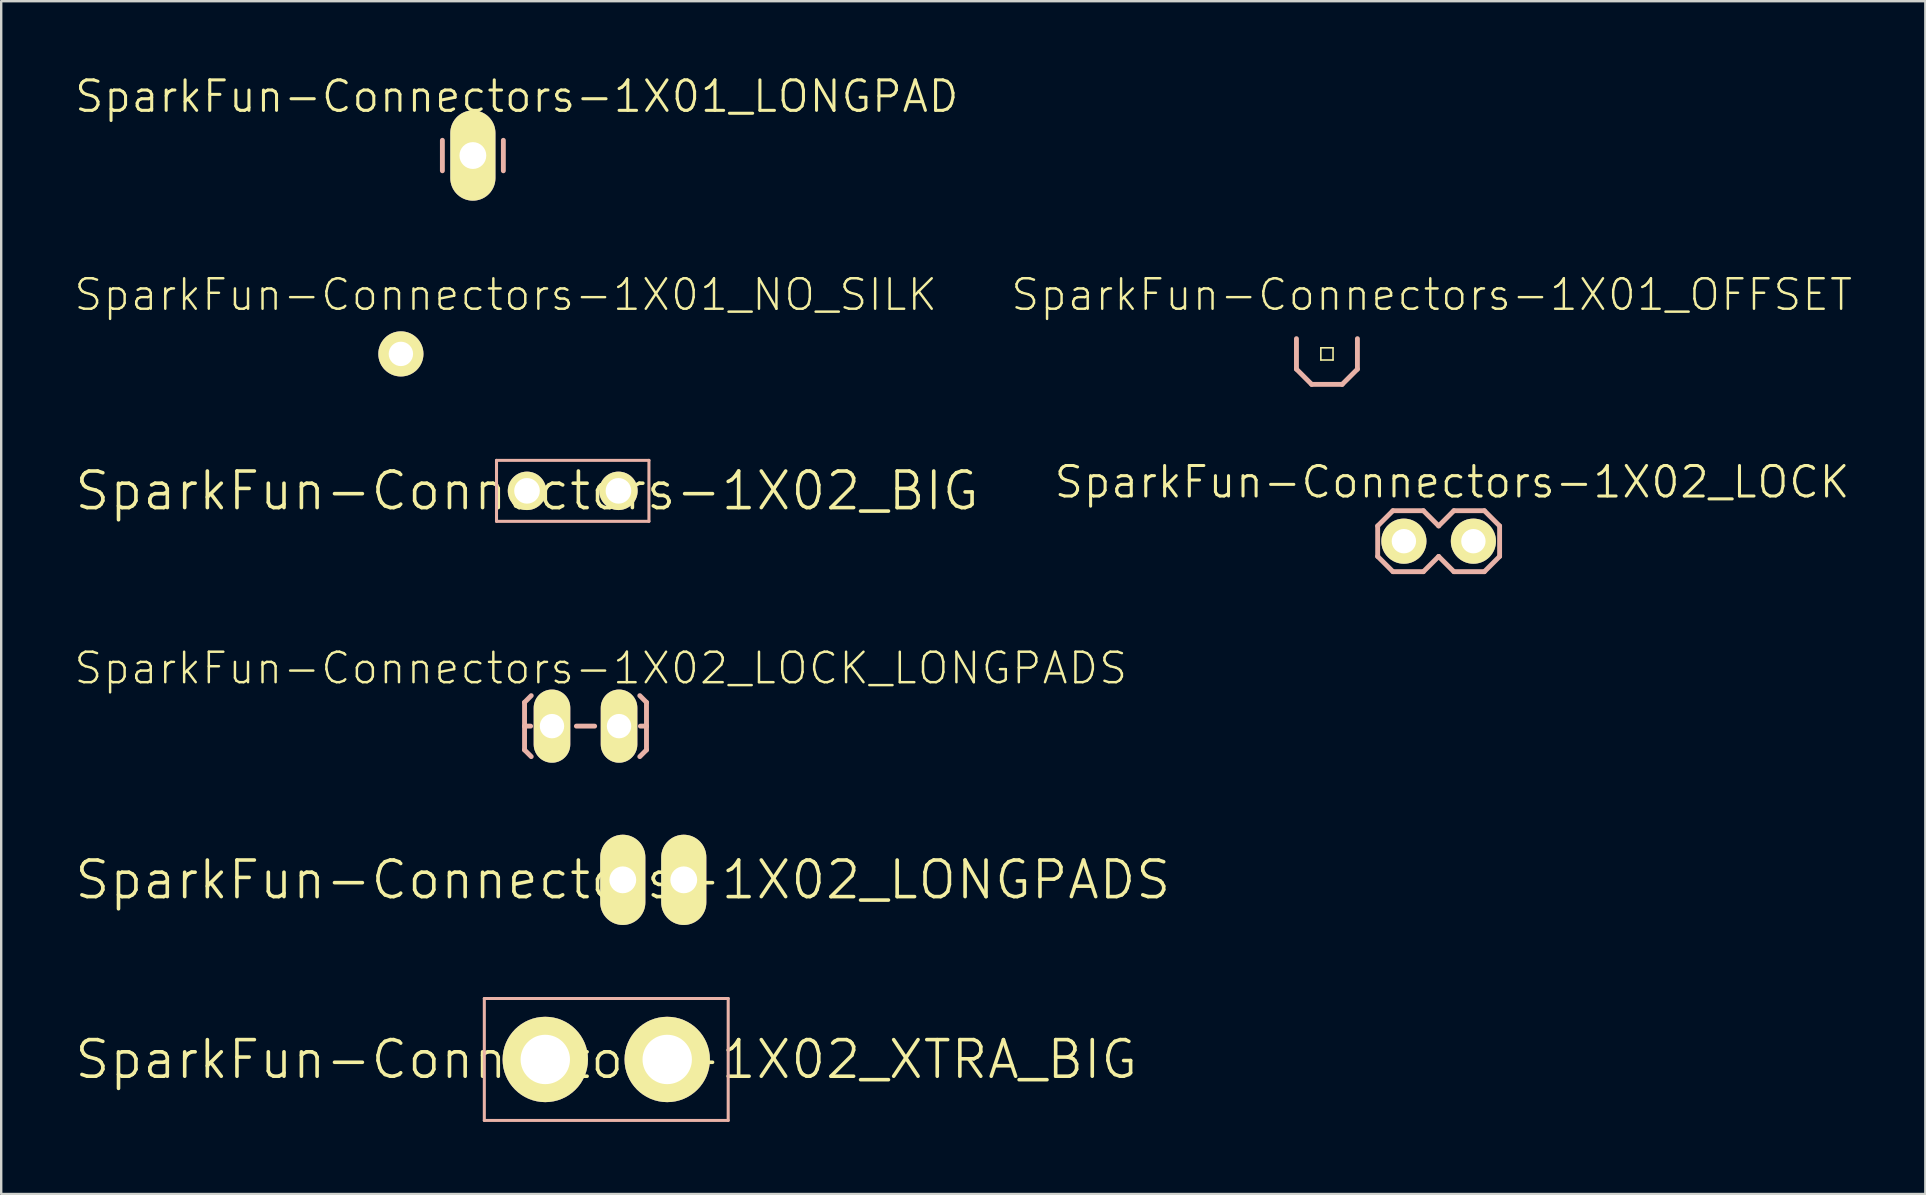
<source format=kicad_pcb>
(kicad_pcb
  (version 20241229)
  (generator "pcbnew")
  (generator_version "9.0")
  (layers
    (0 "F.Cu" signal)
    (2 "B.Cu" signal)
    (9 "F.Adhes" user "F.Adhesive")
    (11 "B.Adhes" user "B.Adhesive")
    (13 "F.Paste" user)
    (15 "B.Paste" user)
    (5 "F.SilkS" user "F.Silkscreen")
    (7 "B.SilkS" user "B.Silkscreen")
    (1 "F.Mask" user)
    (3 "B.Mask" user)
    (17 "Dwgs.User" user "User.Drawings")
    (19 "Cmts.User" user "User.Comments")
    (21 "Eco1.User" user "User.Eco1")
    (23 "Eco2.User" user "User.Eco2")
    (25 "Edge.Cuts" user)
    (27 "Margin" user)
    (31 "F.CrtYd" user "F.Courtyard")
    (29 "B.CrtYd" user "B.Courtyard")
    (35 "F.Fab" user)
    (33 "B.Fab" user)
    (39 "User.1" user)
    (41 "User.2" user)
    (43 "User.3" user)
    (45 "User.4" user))
  (footprint "SparkFun-Connectors-1X02_LONGPADS"
    (layer "F.Cu")
    (at 22.896 33.605)
    (property "Reference" "SparkFun-Connectors-1X02_LONGPADS" (at 0 0 0) (layer "F.SilkS") (effects (font (size 1.524 1.524) (thickness 0.15))))
    (attr exclude_from_pos_files exclude_from_bom)
    (pad "1" thru_hole oval (at 0 0 180) (size 1.88 3.759) (drill 1.118) (layers "*.Cu" "F.Mask" "F.SilkS" "F.Paste"))
    (pad "2" thru_hole oval (at 2.54 0 180) (size 1.88 3.759) (drill 1.118) (layers "*.Cu" "F.Mask" "F.SilkS" "F.Paste")))
  (footprint "SparkFun-Connectors-1X02_XTRA_BIG"
    (layer "F.Cu")
    (at 22.207 41.088)
    (property "Reference" "SparkFun-Connectors-1X02_XTRA_BIG" (at 0 0 0) (layer "F.SilkS") (effects (font (size 1.524 1.524) (thickness 0.15))))
    (attr exclude_from_pos_files exclude_from_bom)
    (fp_line (start -5.08 -2.54) (end -5.08 2.54) (stroke (width 0.127) (type solid)) (layer "B.SilkS"))
    (fp_line (start -5.08 2.54) (end 5.08 2.54) (stroke (width 0.127) (type solid)) (layer "B.SilkS"))
    (fp_line (start 5.08 -2.54) (end -5.08 -2.54) (stroke (width 0.127) (type solid)) (layer "B.SilkS"))
    (fp_line (start 5.08 2.54) (end 5.08 -2.54) (stroke (width 0.127) (type solid)) (layer "B.SilkS"))
    (pad "1" thru_hole circle (at -2.54 0) (size 3.556 3.556) (drill 2.057) (layers "*.Cu" "F.Mask" "F.SilkS" "F.Paste"))
    (pad "2" thru_hole circle (at 2.54 0) (size 3.556 3.556) (drill 2.057) (layers "*.Cu" "F.Mask" "F.SilkS" "F.Paste")))
  (footprint "SparkFun-Connectors-1X01_NO_SILK"
    (layer "F.Cu")
    (at 13.651 11.694)
    (property "Reference" "SparkFun-Connectors-1X01_NO_SILK" (at 4.366 -2.464 0) (layer "F.SilkS") (effects (font (size 1.27 1.27) (thickness 0.102))))
    (attr exclude_from_pos_files exclude_from_bom)
    (fp_line (start -0.254 -0.254) (end 0.254 -0.254) (stroke (width 0.066) (type solid)) (layer "F.SilkS"))
    (fp_line (start -0.254 0.254) (end -0.254 -0.254) (stroke (width 0.066) (type solid)) (layer "F.SilkS"))
    (fp_line (start -0.254 0.254) (end 0.254 0.254) (stroke (width 0.066) (type solid)) (layer "F.SilkS"))
    (fp_line (start 0.254 0.254) (end 0.254 -0.254) (stroke (width 0.066) (type solid)) (layer "F.SilkS"))
    (pad "1" thru_hole circle (at 0 0) (size 1.88 1.88) (drill 1.016) (layers "*.Cu" "F.Mask" "F.SilkS" "F.Paste")))
  (footprint "SparkFun-Connectors-1X02_BIG"
    (layer "F.Cu")
    (at 18.905 17.399)
    (property "Reference" "SparkFun-Connectors-1X02_BIG" (at 0 0 0) (layer "F.SilkS") (effects (font (size 1.524 1.524) (thickness 0.15))))
    (attr exclude_from_pos_files exclude_from_bom)
    (fp_line (start -1.27 -1.27) (end -1.27 1.27) (stroke (width 0.127) (type solid)) (layer "B.SilkS"))
    (fp_line (start -1.27 1.27) (end 5.08 1.27) (stroke (width 0.127) (type solid)) (layer "B.SilkS"))
    (fp_line (start 5.08 -1.27) (end -1.27 -1.27) (stroke (width 0.127) (type solid)) (layer "B.SilkS"))
    (fp_line (start 5.08 1.27) (end 5.08 -1.27) (stroke (width 0.127) (type solid)) (layer "B.SilkS"))
    (pad "P$1" thru_hole circle (at 0 0) (size 1.6 1.6) (drill 1.067) (layers "*.Cu" "F.Mask" "F.SilkS" "F.Paste"))
    (pad "P$2" thru_hole circle (at 3.81 0) (size 1.6 1.6) (drill 1.067) (layers "*.Cu" "F.Mask" "F.SilkS" "F.Paste")))
  (footprint "SparkFun-Connectors-1X02_LOCK_LONGPADS"
    (layer "F.Cu")
    (at 20.073 27.201)
    (property "Reference" "SparkFun-Connectors-1X02_LOCK_LONGPADS" (at 1.905 -2.413 0) (layer "F.SilkS") (effects (font (size 1.27 1.27) (thickness 0.102))))
    (attr exclude_from_pos_files exclude_from_bom)
    (fp_line (start -0.292 -0.292) (end 0.292 -0.292) (stroke (width 0.066) (type solid)) (layer "F.SilkS"))
    (fp_line (start -0.292 0.292) (end -0.292 -0.292) (stroke (width 0.066) (type solid)) (layer "F.SilkS"))
    (fp_line (start -0.292 0.292) (end 0.292 0.292) (stroke (width 0.066) (type solid)) (layer "F.SilkS"))
    (fp_line (start 0.292 0.292) (end 0.292 -0.292) (stroke (width 0.066) (type solid)) (layer "F.SilkS"))
    (fp_line (start 2.248 -0.292) (end 2.832 -0.292) (stroke (width 0.066) (type solid)) (layer "F.SilkS"))
    (fp_line (start 2.248 0.292) (end 2.248 -0.292) (stroke (width 0.066) (type solid)) (layer "F.SilkS"))
    (fp_line (start 2.248 0.292) (end 2.832 0.292) (stroke (width 0.066) (type solid)) (layer "F.SilkS"))
    (fp_line (start 2.832 0.292) (end 2.832 -0.292) (stroke (width 0.066) (type solid)) (layer "F.SilkS"))
    (fp_line (start -1.27 -0.991) (end -0.991 -1.27) (stroke (width 0.203) (type solid)) (layer "B.SilkS"))
    (fp_line (start -1.27 0) (end -1.27 -0.991) (stroke (width 0.203) (type solid)) (layer "B.SilkS"))
    (fp_line (start -1.27 0) (end -1.27 0.991) (stroke (width 0.203) (type solid)) (layer "B.SilkS"))
    (fp_line (start -1.27 0) (end -1.016 0) (stroke (width 0.203) (type solid)) (layer "B.SilkS"))
    (fp_line (start -1.27 0.991) (end -0.991 1.27) (stroke (width 0.203) (type solid)) (layer "B.SilkS"))
    (fp_line (start 1.651 0) (end 0.889 0) (stroke (width 0.203) (type solid)) (layer "B.SilkS"))
    (fp_line (start 3.81 -0.991) (end 3.531 -1.27) (stroke (width 0.203) (type solid)) (layer "B.SilkS"))
    (fp_line (start 3.81 0) (end 3.556 0) (stroke (width 0.203) (type solid)) (layer "B.SilkS"))
    (fp_line (start 3.81 0) (end 3.81 -0.991) (stroke (width 0.203) (type solid)) (layer "B.SilkS"))
    (fp_line (start 3.81 0) (end 3.81 0.991) (stroke (width 0.203) (type solid)) (layer "B.SilkS"))
    (fp_line (start 3.81 0.991) (end 3.531 1.27) (stroke (width 0.203) (type solid)) (layer "B.SilkS"))
    (pad "1" thru_hole oval (at -0.127 0 180) (size 1.524 3.048) (drill 1.016) (layers "*.Cu" "F.Mask" "F.SilkS" "F.Paste"))
    (pad "2" thru_hole oval (at 2.667 0 180) (size 1.524 3.048) (drill 1.016) (layers "*.Cu" "F.Mask" "F.SilkS" "F.Paste")))
  (footprint "SparkFun-Connectors-1X02_LOCK"
    (layer "F.Cu")
    (at 55.615 19.496)
    (property "Reference" "SparkFun-Connectors-1X02_LOCK" (at 1.829 -2.464 0) (layer "F.SilkS") (effects (font (size 1.27 1.27) (thickness 0.127))))
    (attr exclude_from_pos_files exclude_from_bom)
    (fp_line (start -0.292 -0.292) (end 0.292 -0.292) (stroke (width 0.066) (type solid)) (layer "F.SilkS"))
    (fp_line (start -0.292 0.292) (end -0.292 -0.292) (stroke (width 0.066) (type solid)) (layer "F.SilkS"))
    (fp_line (start -0.292 0.292) (end 0.292 0.292) (stroke (width 0.066) (type solid)) (layer "F.SilkS"))
    (fp_line (start 0.292 0.292) (end 0.292 -0.292) (stroke (width 0.066) (type solid)) (layer "F.SilkS"))
    (fp_line (start 2.248 -0.292) (end 2.832 -0.292) (stroke (width 0.066) (type solid)) (layer "F.SilkS"))
    (fp_line (start 2.248 0.292) (end 2.248 -0.292) (stroke (width 0.066) (type solid)) (layer "F.SilkS"))
    (fp_line (start 2.248 0.292) (end 2.832 0.292) (stroke (width 0.066) (type solid)) (layer "F.SilkS"))
    (fp_line (start 2.832 0.292) (end 2.832 -0.292) (stroke (width 0.066) (type solid)) (layer "F.SilkS"))
    (fp_line (start -1.27 -0.635) (end -1.27 0.635) (stroke (width 0.203) (type solid)) (layer "B.SilkS"))
    (fp_line (start -1.27 0.635) (end -0.635 1.27) (stroke (width 0.203) (type solid)) (layer "B.SilkS"))
    (fp_line (start -0.635 -1.27) (end -1.27 -0.635) (stroke (width 0.203) (type solid)) (layer "B.SilkS"))
    (fp_line (start -0.635 -1.27) (end 0.635 -1.27) (stroke (width 0.203) (type solid)) (layer "B.SilkS"))
    (fp_line (start 0.635 -1.27) (end 1.27 -0.635) (stroke (width 0.203) (type solid)) (layer "B.SilkS"))
    (fp_line (start 0.635 1.27) (end -0.635 1.27) (stroke (width 0.203) (type solid)) (layer "B.SilkS"))
    (fp_line (start 1.27 -0.635) (end 1.905 -1.27) (stroke (width 0.203) (type solid)) (layer "B.SilkS"))
    (fp_line (start 1.27 0.635) (end 0.635 1.27) (stroke (width 0.203) (type solid)) (layer "B.SilkS"))
    (fp_line (start 1.905 -1.27) (end 3.175 -1.27) (stroke (width 0.203) (type solid)) (layer "B.SilkS"))
    (fp_line (start 1.905 1.27) (end 1.27 0.635) (stroke (width 0.203) (type solid)) (layer "B.SilkS"))
    (fp_line (start 3.175 -1.27) (end 3.81 -0.635) (stroke (width 0.203) (type solid)) (layer "B.SilkS"))
    (fp_line (start 3.175 1.27) (end 1.905 1.27) (stroke (width 0.203) (type solid)) (layer "B.SilkS"))
    (fp_line (start 3.81 -0.635) (end 3.81 0.635) (stroke (width 0.203) (type solid)) (layer "B.SilkS"))
    (fp_line (start 3.81 0.635) (end 3.175 1.27) (stroke (width 0.203) (type solid)) (layer "B.SilkS"))
    (pad "1" thru_hole circle (at -0.178 0) (size 1.88 1.88) (drill 1.016) (layers "*.Cu" "F.Mask" "F.SilkS" "F.Paste"))
    (pad "2" thru_hole circle (at 2.718 0) (size 1.88 1.88) (drill 1.016) (layers "*.Cu" "F.Mask" "F.SilkS" "F.Paste")))
  (footprint "SparkFun-Connectors-1X01_LONGPAD"
    (layer "F.Cu")
    (at 16.65 3.43)
    (property "Reference" "SparkFun-Connectors-1X01_LONGPAD" (at 1.829 -2.464 0) (layer "F.SilkS") (effects (font (size 1.27 1.27) (thickness 0.127))))
    (attr exclude_from_pos_files exclude_from_bom)
    (fp_line (start -0.254 -0.254) (end 0.254 -0.254) (stroke (width 0.066) (type solid)) (layer "F.SilkS"))
    (fp_line (start -0.254 0.254) (end -0.254 -0.254) (stroke (width 0.066) (type solid)) (layer "F.SilkS"))
    (fp_line (start -0.254 0.254) (end 0.254 0.254) (stroke (width 0.066) (type solid)) (layer "F.SilkS"))
    (fp_line (start 0.254 0.254) (end 0.254 -0.254) (stroke (width 0.066) (type solid)) (layer "F.SilkS"))
    (fp_line (start -1.27 -0.635) (end -1.27 0.635) (stroke (width 0.203) (type solid)) (layer "B.SilkS"))
    (fp_line (start 1.27 -0.635) (end 1.27 0.635) (stroke (width 0.203) (type solid)) (layer "B.SilkS"))
    (pad "1" thru_hole oval (at 0 0 180) (size 1.88 3.759) (drill 1.118) (layers "*.Cu" "F.Mask" "F.SilkS" "F.Paste")))
  (footprint "SparkFun-Connectors-1X01_OFFSET"
    (layer "F.Cu")
    (at 52.231 11.694)
    (property "Reference" "SparkFun-Connectors-1X01_OFFSET" (at 4.366 -2.464 0) (layer "F.SilkS") (effects (font (size 1.27 1.27) (thickness 0.102))))
    (attr exclude_from_pos_files exclude_from_bom)
    (fp_line (start -0.254 -0.254) (end 0.254 -0.254) (stroke (width 0.066) (type solid)) (layer "F.SilkS"))
    (fp_line (start -0.254 0.254) (end -0.254 -0.254) (stroke (width 0.066) (type solid)) (layer "F.SilkS"))
    (fp_line (start -0.254 0.254) (end 0.254 0.254) (stroke (width 0.066) (type solid)) (layer "F.SilkS"))
    (fp_line (start 0.254 0.254) (end 0.254 -0.254) (stroke (width 0.066) (type solid)) (layer "F.SilkS"))
    (fp_line (start -1.27 -0.635) (end -1.27 0.635) (stroke (width 0.203) (type solid)) (layer "B.SilkS"))
    (fp_line (start -1.27 0.635) (end -0.635 1.27) (stroke (width 0.203) (type solid)) (layer "B.SilkS"))
    (fp_line (start -0.635 1.27) (end 0.635 1.27) (stroke (width 0.203) (type solid)) (layer "B.SilkS"))
    (fp_line (start 0.635 1.27) (end 1.27 0.635) (stroke (width 0.203) (type solid)) (layer "B.SilkS"))
    (fp_line (start 1.27 0.635) (end 1.27 -0.635) (stroke (width 0.203) (type solid)) (layer "B.SilkS"))
    (pad "1" thru_hole rect (at 0 0) (size 0.001 0.001) (drill 1.118) (layers "*.Cu" "F.Mask" "F.SilkS" "F.Paste")))
  (gr_rect
    (start -3 -3)
    (end 77.161 46.692)
    (stroke (width 0.1) (type default))
    (fill no)
    (layer "Edge.Cuts")))
</source>
